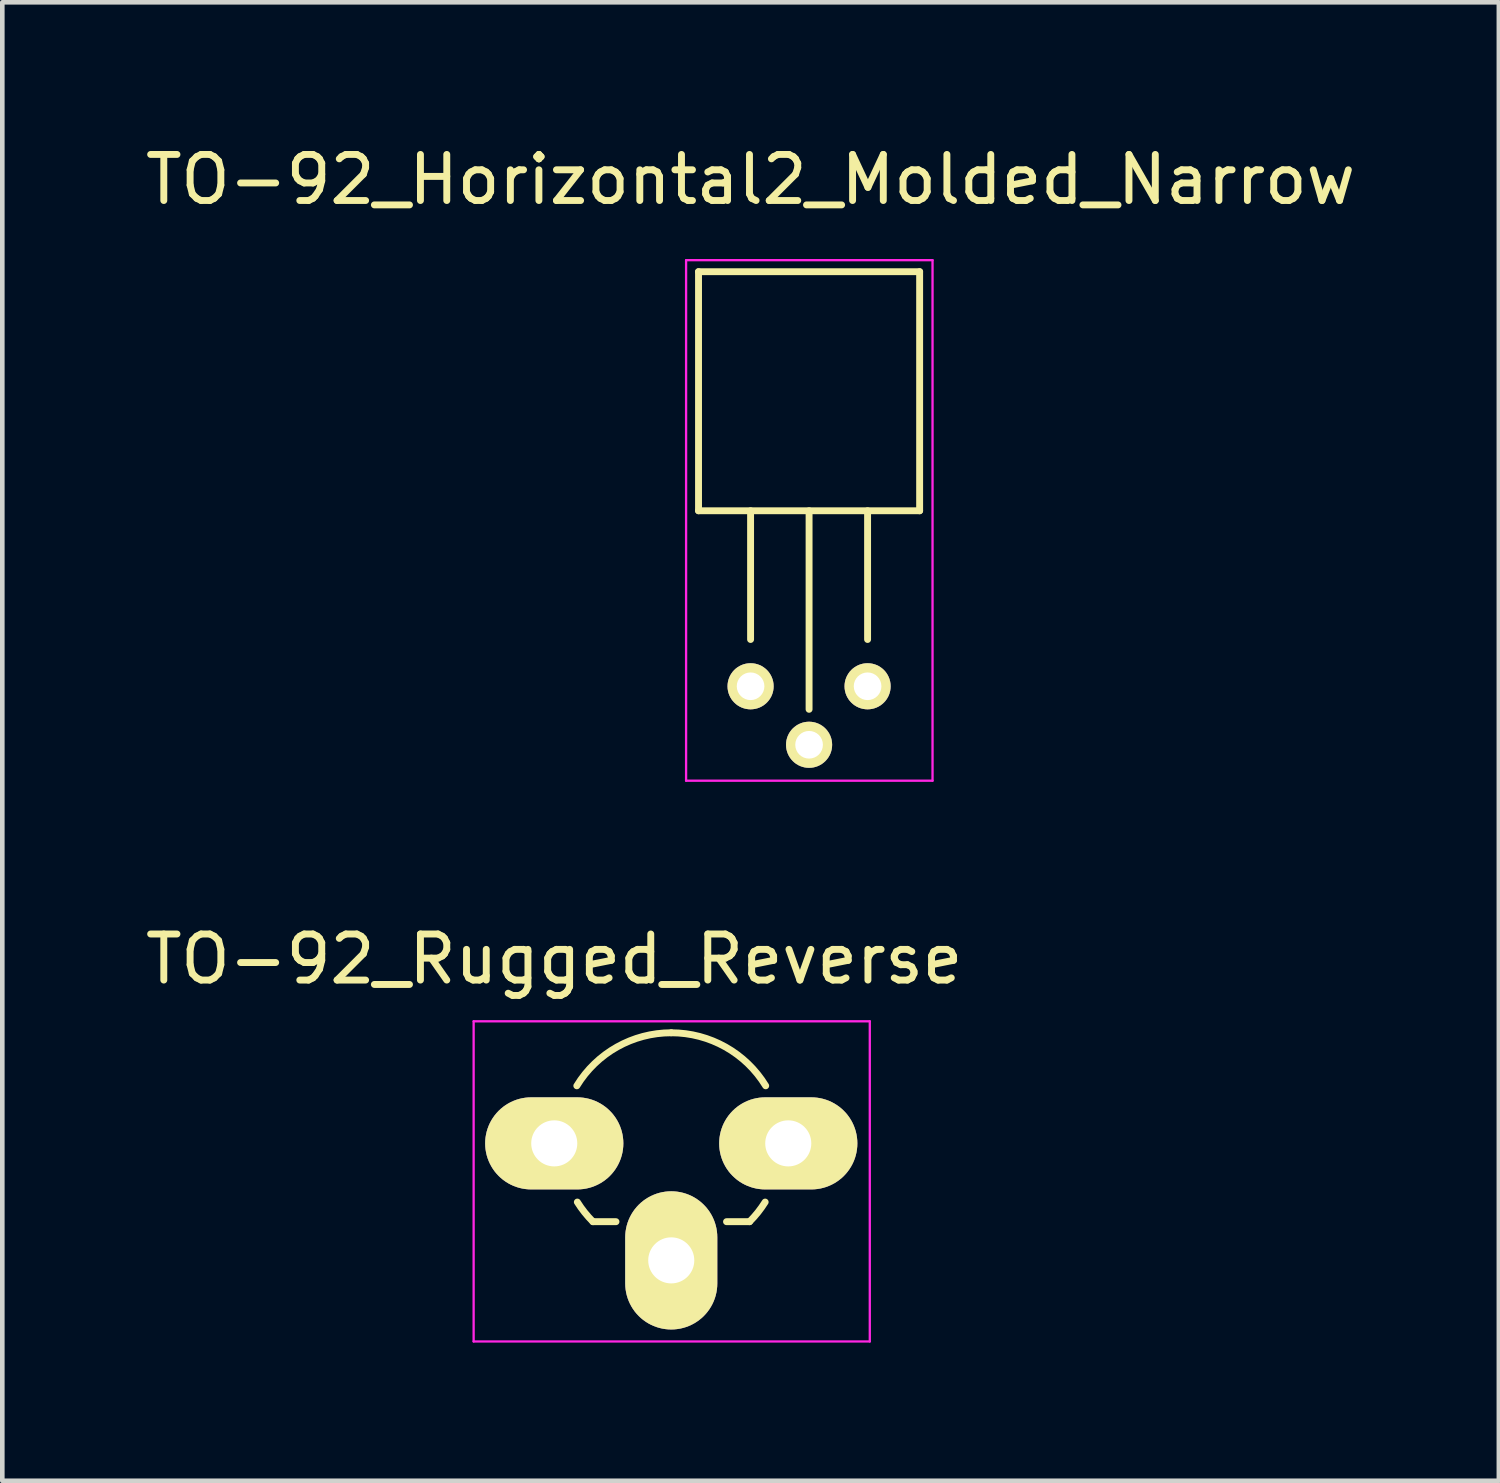
<source format=kicad_pcb>
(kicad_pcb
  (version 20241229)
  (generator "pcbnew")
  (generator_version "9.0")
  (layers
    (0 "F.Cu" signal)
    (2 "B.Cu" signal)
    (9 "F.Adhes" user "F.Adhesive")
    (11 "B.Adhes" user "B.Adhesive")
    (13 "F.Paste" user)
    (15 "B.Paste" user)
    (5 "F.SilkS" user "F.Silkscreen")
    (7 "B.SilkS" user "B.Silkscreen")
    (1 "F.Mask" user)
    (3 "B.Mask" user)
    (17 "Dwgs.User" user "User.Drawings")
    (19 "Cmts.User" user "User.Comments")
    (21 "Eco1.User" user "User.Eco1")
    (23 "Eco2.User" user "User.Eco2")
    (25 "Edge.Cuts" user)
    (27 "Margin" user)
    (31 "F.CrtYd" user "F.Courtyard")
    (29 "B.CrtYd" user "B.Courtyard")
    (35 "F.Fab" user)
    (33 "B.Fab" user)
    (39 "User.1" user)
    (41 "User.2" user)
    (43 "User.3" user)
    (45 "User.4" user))
  (footprint "TO-92_Rugged_Reverse"
    (layer "F.Cu")
    (at 8.982 21.771)
    (property "Reference" "TO-92_Rugged_Reverse" (at 0 -4 0) (layer "F.SilkS") (effects (font (size 1 1) (thickness 0.15))))
    (attr through_hole)
    (fp_line (start 0.84 1.7) (end 1.34 1.7) (stroke (width 0.15) (type solid)) (layer "F.SilkS"))
    (fp_line (start 3.74 1.7) (end 4.24 1.7) (stroke (width 0.15) (type solid)) (layer "F.SilkS"))
    (fp_arc (start 0.49 -1.25) (mid 1.364479 -2.093598) (end 2.54 -2.401041) (stroke (width 0.15) (type solid)) (layer "F.SilkS"))
    (fp_arc (start 0.84 1.7) (mid 0.658552 1.496715) (end 0.501273 1.274203) (stroke (width 0.15) (type solid)) (layer "F.SilkS"))
    (fp_arc (start 2.54 -2.401041) (mid 3.715521 -2.093597) (end 4.59 -1.25) (stroke (width 0.15) (type solid)) (layer "F.SilkS"))
    (fp_arc (start 4.578727 1.274203) (mid 4.421448 1.496715) (end 4.24 1.7) (stroke (width 0.15) (type solid)) (layer "F.SilkS"))
    (fp_line (start -1.75 -2.65) (end 6.85 -2.65) (stroke (width 0.05) (type solid)) (layer "F.CrtYd"))
    (fp_line (start -1.75 4.3) (end -1.75 -2.65) (stroke (width 0.05) (type solid)) (layer "F.CrtYd"))
    (fp_line (start -1.75 4.3) (end 6.85 4.3) (stroke (width 0.05) (type solid)) (layer "F.CrtYd"))
    (fp_line (start 6.85 4.3) (end 6.85 -2.65) (stroke (width 0.05) (type solid)) (layer "F.CrtYd"))
    (pad "1" thru_hole oval (at 0 0 90) (size 1.999 3) (drill 1) (layers "*.Cu" "*.Mask" "F.SilkS"))
    (pad "2" thru_hole oval (at 2.54 2.54 90) (size 3 1.999) (drill 1) (layers "*.Cu" "*.Mask" "F.SilkS"))
    (pad "3" thru_hole oval (at 5.08 0 90) (size 1.999 3) (drill 1) (layers "*.Cu" "*.Mask" "F.SilkS")))
  (footprint "TO-92_Horizontal2_Molded_Narrow"
    (layer "F.Cu")
    (at 13.244 11.848)
    (property "Reference" "TO-92_Horizontal2_Molded_Narrow" (at 0 -11 180) (layer "F.SilkS") (effects (font (size 1 1) (thickness 0.15))))
    (attr through_hole)
    (fp_line (start -1.13 -9) (end 3.67 -9) (stroke (width 0.15) (type solid)) (layer "F.SilkS"))
    (fp_line (start -1.13 -3.81) (end -1.13 -9) (stroke (width 0.15) (type solid)) (layer "F.SilkS"))
    (fp_line (start 0 -1.016) (end 0 -3.81) (stroke (width 0.15) (type solid)) (layer "F.SilkS"))
    (fp_line (start 1.27 0.5) (end 1.27 -3.81) (stroke (width 0.15) (type solid)) (layer "F.SilkS"))
    (fp_line (start 2.54 -1.016) (end 2.54 -3.81) (stroke (width 0.15) (type solid)) (layer "F.SilkS"))
    (fp_line (start 3.67 -9) (end 3.67 -3.81) (stroke (width 0.15) (type solid)) (layer "F.SilkS"))
    (fp_line (start 3.67 -3.81) (end -1.13 -3.81) (stroke (width 0.15) (type solid)) (layer "F.SilkS"))
    (fp_line (start -1.4 -9.25) (end -1.4 2.05) (stroke (width 0.05) (type solid)) (layer "F.CrtYd"))
    (fp_line (start 3.95 -9.25) (end -1.4 -9.25) (stroke (width 0.05) (type solid)) (layer "F.CrtYd"))
    (fp_line (start 3.95 -9.25) (end 3.95 2.05) (stroke (width 0.05) (type solid)) (layer "F.CrtYd"))
    (fp_line (start 3.95 2.05) (end -1.4 2.05) (stroke (width 0.05) (type solid)) (layer "F.CrtYd"))
    (pad "1" thru_hole circle (at 0 0 270) (size 1.001 1.001) (drill 0.6) (layers "*.Cu" "*.Mask" "F.SilkS"))
    (pad "2" thru_hole circle (at 1.27 1.27 270) (size 1.001 1.001) (drill 0.6) (layers "*.Cu" "*.Mask" "F.SilkS"))
    (pad "3" thru_hole circle (at 2.54 0 270) (size 1.001 1.001) (drill 0.6) (layers "*.Cu" "*.Mask" "F.SilkS")))
  (gr_rect
    (start -3 -3)
    (end 29.488 29.096)
    (stroke (width 0.1) (type default))
    (fill no)
    (layer "Edge.Cuts")))
</source>
